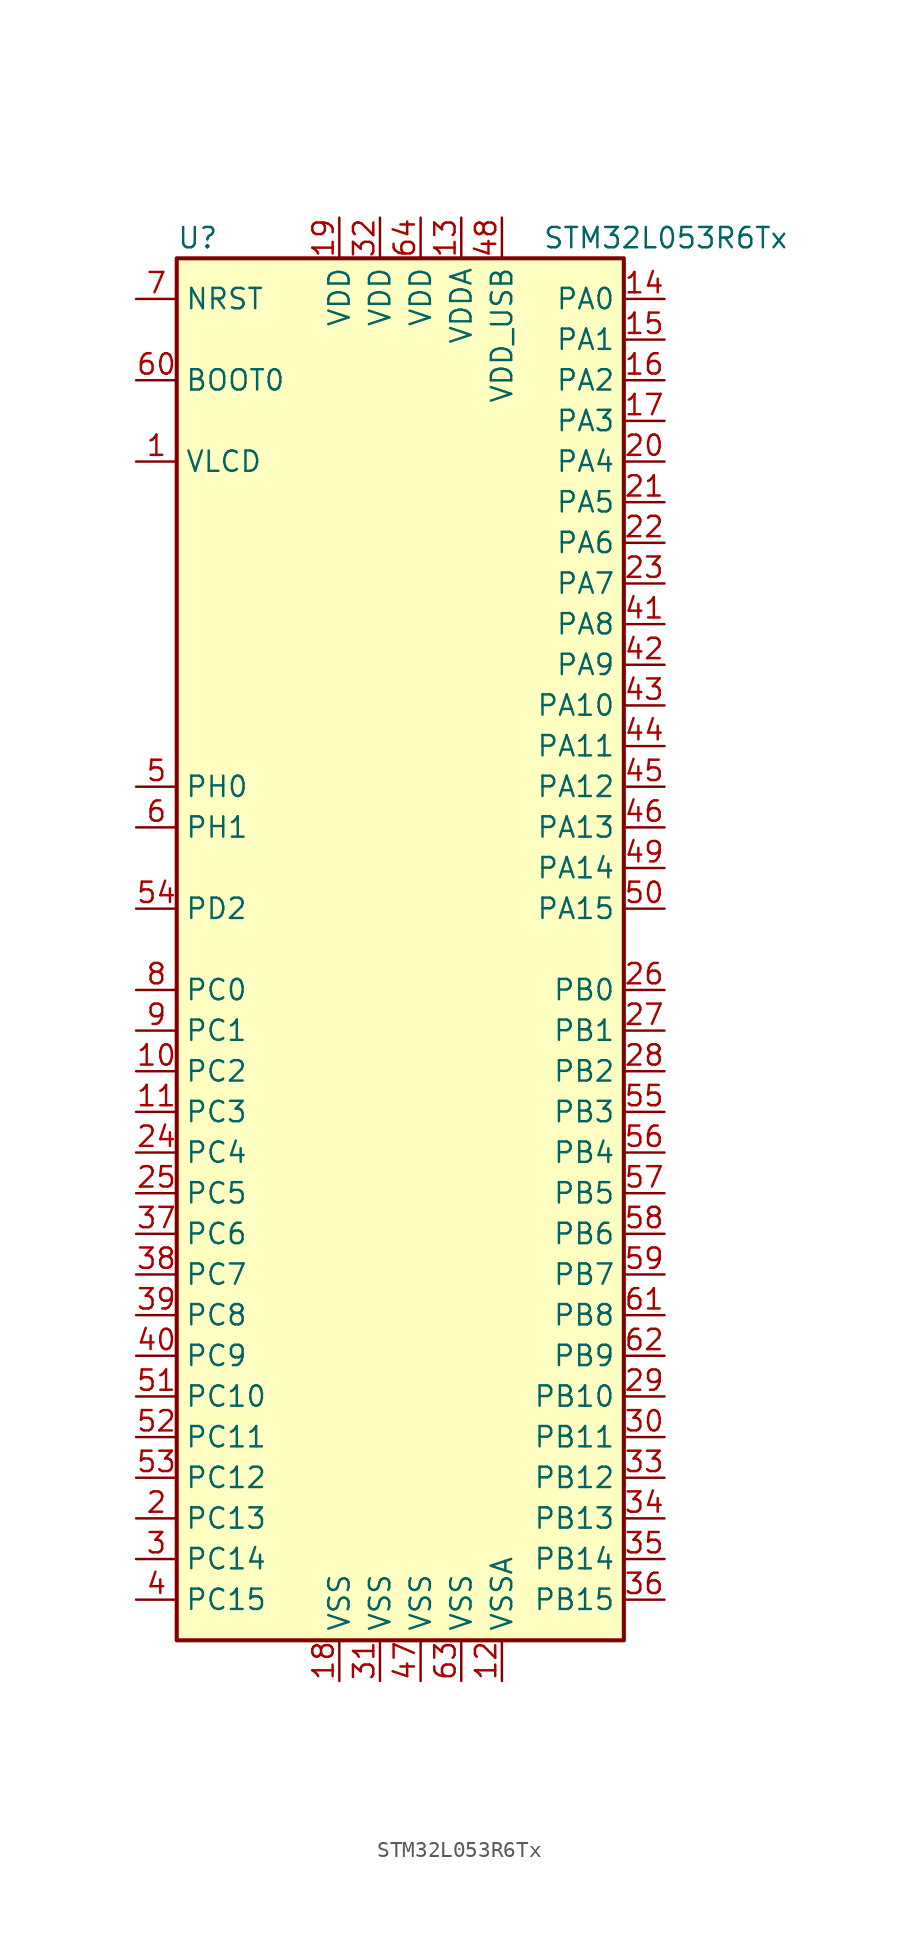
<source format=kicad_sym>
(kicad_symbol_lib
  (version 20201005)
  (generator kicad_symbol_editor)
  (symbol "MCU_ST_STM32L0:STM32L053R6Tx"
    (property "Reference" "U"
      (at -15.24 44.45 0)
      (effects (font (size 1.27 1.27)) (justify left)))
    (property "Value" "STM32L053R6Tx"
      (at 7.62 44.45 0)
      (effects (font (size 1.27 1.27)) (justify left)))
    (symbol "STM32L053R6Tx_0_1"
      (rectangle (start -15.24 -43.18) (end 12.7 43.18) (stroke (width 0.254)) (fill (type background))))
    (symbol "STM32L053R6Tx_1_1"
      (pin input line (at -17.78 35.56 0) (length 2.54) (name "BOOT0" (effects (font (size 1.27 1.27)))) (number "60" (effects (font (size 1.27 1.27)))))
      (pin input line (at -17.78 40.64 0) (length 2.54) (name "NRST" (effects (font (size 1.27 1.27)))) (number "7" (effects (font (size 1.27 1.27)))))
      (pin bidirectional line (at 15.24 40.64 180) (length 2.54) (name "PA0" (effects (font (size 1.27 1.27)))) (number "14" (effects (font (size 1.27 1.27)))))
      (pin bidirectional line (at 15.24 38.1 180) (length 2.54) (name "PA1" (effects (font (size 1.27 1.27)))) (number "15" (effects (font (size 1.27 1.27)))))
      (pin bidirectional line (at 15.24 15.24 180) (length 2.54) (name "PA10" (effects (font (size 1.27 1.27)))) (number "43" (effects (font (size 1.27 1.27)))))
      (pin bidirectional line (at 15.24 12.7 180) (length 2.54) (name "PA11" (effects (font (size 1.27 1.27)))) (number "44" (effects (font (size 1.27 1.27)))))
      (pin bidirectional line (at 15.24 10.16 180) (length 2.54) (name "PA12" (effects (font (size 1.27 1.27)))) (number "45" (effects (font (size 1.27 1.27)))))
      (pin bidirectional line (at 15.24 7.62 180) (length 2.54) (name "PA13" (effects (font (size 1.27 1.27)))) (number "46" (effects (font (size 1.27 1.27)))))
      (pin bidirectional line (at 15.24 5.08 180) (length 2.54) (name "PA14" (effects (font (size 1.27 1.27)))) (number "49" (effects (font (size 1.27 1.27)))))
      (pin bidirectional line (at 15.24 2.54 180) (length 2.54) (name "PA15" (effects (font (size 1.27 1.27)))) (number "50" (effects (font (size 1.27 1.27)))))
      (pin bidirectional line (at 15.24 35.56 180) (length 2.54) (name "PA2" (effects (font (size 1.27 1.27)))) (number "16" (effects (font (size 1.27 1.27)))))
      (pin bidirectional line (at 15.24 33.02 180) (length 2.54) (name "PA3" (effects (font (size 1.27 1.27)))) (number "17" (effects (font (size 1.27 1.27)))))
      (pin bidirectional line (at 15.24 30.48 180) (length 2.54) (name "PA4" (effects (font (size 1.27 1.27)))) (number "20" (effects (font (size 1.27 1.27)))))
      (pin bidirectional line (at 15.24 27.94 180) (length 2.54) (name "PA5" (effects (font (size 1.27 1.27)))) (number "21" (effects (font (size 1.27 1.27)))))
      (pin bidirectional line (at 15.24 25.4 180) (length 2.54) (name "PA6" (effects (font (size 1.27 1.27)))) (number "22" (effects (font (size 1.27 1.27)))))
      (pin bidirectional line (at 15.24 22.86 180) (length 2.54) (name "PA7" (effects (font (size 1.27 1.27)))) (number "23" (effects (font (size 1.27 1.27)))))
      (pin bidirectional line (at 15.24 20.32 180) (length 2.54) (name "PA8" (effects (font (size 1.27 1.27)))) (number "41" (effects (font (size 1.27 1.27)))))
      (pin bidirectional line (at 15.24 17.78 180) (length 2.54) (name "PA9" (effects (font (size 1.27 1.27)))) (number "42" (effects (font (size 1.27 1.27)))))
      (pin bidirectional line (at 15.24 -2.54 180) (length 2.54) (name "PB0" (effects (font (size 1.27 1.27)))) (number "26" (effects (font (size 1.27 1.27)))))
      (pin bidirectional line (at 15.24 -5.08 180) (length 2.54) (name "PB1" (effects (font (size 1.27 1.27)))) (number "27" (effects (font (size 1.27 1.27)))))
      (pin bidirectional line (at 15.24 -27.94 180) (length 2.54) (name "PB10" (effects (font (size 1.27 1.27)))) (number "29" (effects (font (size 1.27 1.27)))))
      (pin bidirectional line (at 15.24 -30.48 180) (length 2.54) (name "PB11" (effects (font (size 1.27 1.27)))) (number "30" (effects (font (size 1.27 1.27)))))
      (pin bidirectional line (at 15.24 -33.02 180) (length 2.54) (name "PB12" (effects (font (size 1.27 1.27)))) (number "33" (effects (font (size 1.27 1.27)))))
      (pin bidirectional line (at 15.24 -35.56 180) (length 2.54) (name "PB13" (effects (font (size 1.27 1.27)))) (number "34" (effects (font (size 1.27 1.27)))))
      (pin bidirectional line (at 15.24 -38.1 180) (length 2.54) (name "PB14" (effects (font (size 1.27 1.27)))) (number "35" (effects (font (size 1.27 1.27)))))
      (pin bidirectional line (at 15.24 -40.64 180) (length 2.54) (name "PB15" (effects (font (size 1.27 1.27)))) (number "36" (effects (font (size 1.27 1.27)))))
      (pin bidirectional line (at 15.24 -7.62 180) (length 2.54) (name "PB2" (effects (font (size 1.27 1.27)))) (number "28" (effects (font (size 1.27 1.27)))))
      (pin bidirectional line (at 15.24 -10.16 180) (length 2.54) (name "PB3" (effects (font (size 1.27 1.27)))) (number "55" (effects (font (size 1.27 1.27)))))
      (pin bidirectional line (at 15.24 -12.7 180) (length 2.54) (name "PB4" (effects (font (size 1.27 1.27)))) (number "56" (effects (font (size 1.27 1.27)))))
      (pin bidirectional line (at 15.24 -15.24 180) (length 2.54) (name "PB5" (effects (font (size 1.27 1.27)))) (number "57" (effects (font (size 1.27 1.27)))))
      (pin bidirectional line (at 15.24 -17.78 180) (length 2.54) (name "PB6" (effects (font (size 1.27 1.27)))) (number "58" (effects (font (size 1.27 1.27)))))
      (pin bidirectional line (at 15.24 -20.32 180) (length 2.54) (name "PB7" (effects (font (size 1.27 1.27)))) (number "59" (effects (font (size 1.27 1.27)))))
      (pin bidirectional line (at 15.24 -22.86 180) (length 2.54) (name "PB8" (effects (font (size 1.27 1.27)))) (number "61" (effects (font (size 1.27 1.27)))))
      (pin bidirectional line (at 15.24 -25.4 180) (length 2.54) (name "PB9" (effects (font (size 1.27 1.27)))) (number "62" (effects (font (size 1.27 1.27)))))
      (pin bidirectional line (at -17.78 -2.54 0) (length 2.54) (name "PC0" (effects (font (size 1.27 1.27)))) (number "8" (effects (font (size 1.27 1.27)))))
      (pin bidirectional line (at -17.78 -5.08 0) (length 2.54) (name "PC1" (effects (font (size 1.27 1.27)))) (number "9" (effects (font (size 1.27 1.27)))))
      (pin bidirectional line (at -17.78 -27.94 0) (length 2.54) (name "PC10" (effects (font (size 1.27 1.27)))) (number "51" (effects (font (size 1.27 1.27)))))
      (pin bidirectional line (at -17.78 -30.48 0) (length 2.54) (name "PC11" (effects (font (size 1.27 1.27)))) (number "52" (effects (font (size 1.27 1.27)))))
      (pin bidirectional line (at -17.78 -33.02 0) (length 2.54) (name "PC12" (effects (font (size 1.27 1.27)))) (number "53" (effects (font (size 1.27 1.27)))))
      (pin bidirectional line (at -17.78 -35.56 0) (length 2.54) (name "PC13" (effects (font (size 1.27 1.27)))) (number "2" (effects (font (size 1.27 1.27)))))
      (pin bidirectional line (at -17.78 -38.1 0) (length 2.54) (name "PC14" (effects (font (size 1.27 1.27)))) (number "3" (effects (font (size 1.27 1.27)))))
      (pin bidirectional line (at -17.78 -40.64 0) (length 2.54) (name "PC15" (effects (font (size 1.27 1.27)))) (number "4" (effects (font (size 1.27 1.27)))))
      (pin bidirectional line (at -17.78 -7.62 0) (length 2.54) (name "PC2" (effects (font (size 1.27 1.27)))) (number "10" (effects (font (size 1.27 1.27)))))
      (pin bidirectional line (at -17.78 -10.16 0) (length 2.54) (name "PC3" (effects (font (size 1.27 1.27)))) (number "11" (effects (font (size 1.27 1.27)))))
      (pin bidirectional line (at -17.78 -12.7 0) (length 2.54) (name "PC4" (effects (font (size 1.27 1.27)))) (number "24" (effects (font (size 1.27 1.27)))))
      (pin bidirectional line (at -17.78 -15.24 0) (length 2.54) (name "PC5" (effects (font (size 1.27 1.27)))) (number "25" (effects (font (size 1.27 1.27)))))
      (pin bidirectional line (at -17.78 -17.78 0) (length 2.54) (name "PC6" (effects (font (size 1.27 1.27)))) (number "37" (effects (font (size 1.27 1.27)))))
      (pin bidirectional line (at -17.78 -20.32 0) (length 2.54) (name "PC7" (effects (font (size 1.27 1.27)))) (number "38" (effects (font (size 1.27 1.27)))))
      (pin bidirectional line (at -17.78 -22.86 0) (length 2.54) (name "PC8" (effects (font (size 1.27 1.27)))) (number "39" (effects (font (size 1.27 1.27)))))
      (pin bidirectional line (at -17.78 -25.4 0) (length 2.54) (name "PC9" (effects (font (size 1.27 1.27)))) (number "40" (effects (font (size 1.27 1.27)))))
      (pin bidirectional line (at -17.78 2.54 0) (length 2.54) (name "PD2" (effects (font (size 1.27 1.27)))) (number "54" (effects (font (size 1.27 1.27)))))
      (pin input line (at -17.78 10.16 0) (length 2.54) (name "PH0" (effects (font (size 1.27 1.27)))) (number "5" (effects (font (size 1.27 1.27)))))
      (pin input line (at -17.78 7.62 0) (length 2.54) (name "PH1" (effects (font (size 1.27 1.27)))) (number "6" (effects (font (size 1.27 1.27)))))
      (pin power_in line (at -5.08 45.72 270) (length 2.54) (name "VDD" (effects (font (size 1.27 1.27)))) (number "19" (effects (font (size 1.27 1.27)))))
      (pin power_in line (at -2.54 45.72 270) (length 2.54) (name "VDD" (effects (font (size 1.27 1.27)))) (number "32" (effects (font (size 1.27 1.27)))))
      (pin power_in line (at 0 45.72 270) (length 2.54) (name "VDD" (effects (font (size 1.27 1.27)))) (number "64" (effects (font (size 1.27 1.27)))))
      (pin power_in line (at 2.54 45.72 270) (length 2.54) (name "VDDA" (effects (font (size 1.27 1.27)))) (number "13" (effects (font (size 1.27 1.27)))))
      (pin power_in line (at 5.08 45.72 270) (length 2.54) (name "VDD_USB" (effects (font (size 1.27 1.27)))) (number "48" (effects (font (size 1.27 1.27)))))
      (pin power_in line (at -17.78 30.48 0) (length 2.54) (name "VLCD" (effects (font (size 1.27 1.27)))) (number "1" (effects (font (size 1.27 1.27)))))
      (pin power_in line (at -5.08 -45.72 90) (length 2.54) (name "VSS" (effects (font (size 1.27 1.27)))) (number "18" (effects (font (size 1.27 1.27)))))
      (pin power_in line (at -2.54 -45.72 90) (length 2.54) (name "VSS" (effects (font (size 1.27 1.27)))) (number "31" (effects (font (size 1.27 1.27)))))
      (pin power_in line (at 0 -45.72 90) (length 2.54) (name "VSS" (effects (font (size 1.27 1.27)))) (number "47" (effects (font (size 1.27 1.27)))))
      (pin power_in line (at 2.54 -45.72 90) (length 2.54) (name "VSS" (effects (font (size 1.27 1.27)))) (number "63" (effects (font (size 1.27 1.27)))))
      (pin power_in line (at 5.08 -45.72 90) (length 2.54) (name "VSSA" (effects (font (size 1.27 1.27)))) (number "12" (effects (font (size 1.27 1.27))))))))
</source>
